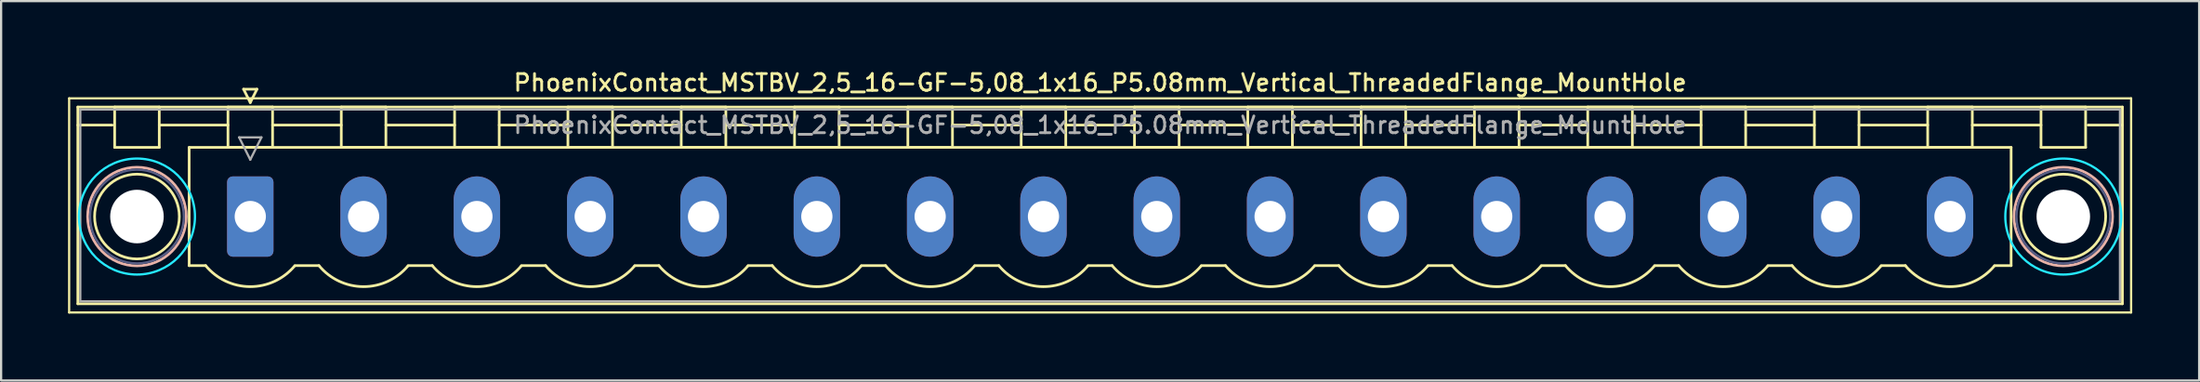
<source format=kicad_pcb>
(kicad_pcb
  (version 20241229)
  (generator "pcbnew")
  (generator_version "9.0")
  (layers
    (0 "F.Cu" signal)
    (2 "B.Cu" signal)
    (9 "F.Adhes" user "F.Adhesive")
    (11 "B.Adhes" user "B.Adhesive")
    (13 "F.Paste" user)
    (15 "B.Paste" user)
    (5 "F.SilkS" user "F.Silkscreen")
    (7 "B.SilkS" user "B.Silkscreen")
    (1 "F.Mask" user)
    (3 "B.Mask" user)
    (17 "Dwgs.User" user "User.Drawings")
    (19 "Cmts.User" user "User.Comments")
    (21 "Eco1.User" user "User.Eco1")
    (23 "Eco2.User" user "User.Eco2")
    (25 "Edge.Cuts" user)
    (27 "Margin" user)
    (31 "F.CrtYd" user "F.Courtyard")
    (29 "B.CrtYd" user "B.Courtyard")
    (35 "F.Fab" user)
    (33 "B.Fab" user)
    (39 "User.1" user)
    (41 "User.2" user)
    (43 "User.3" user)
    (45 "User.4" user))
  (footprint "PhoenixContact_MSTBV_2,5_16-GF-5,08_1x16_P5.08mm_Vertical_ThreadedFlange_MountHole"
    (layer "F.Cu")
    (at 8.17 6.658)
    (property "Reference" "PhoenixContact_MSTBV_2,5_16-GF-5,08_1x16_P5.08mm_Vertical_ThreadedFlange_MountHole" (at 38.1 -6 0) (layer "F.SilkS") (effects (font (size 0.75 0.75) (thickness 0.125))))
    (attr through_hole)
    (fp_line (start -8.12 -5.3) (end -8.12 4.3) (stroke (width 0.1) (type solid)) (layer "F.SilkS"))
    (fp_line (start -8.12 4.3) (end 84.32 4.3) (stroke (width 0.1) (type solid)) (layer "F.SilkS"))
    (fp_line (start -7.73 -4.91) (end -7.73 3.91) (stroke (width 0.12) (type solid)) (layer "F.SilkS"))
    (fp_line (start -7.73 -4.1) (end -6.19 -4.1) (stroke (width 0.12) (type solid)) (layer "F.SilkS"))
    (fp_line (start -7.73 3.91) (end 83.93 3.91) (stroke (width 0.12) (type solid)) (layer "F.SilkS"))
    (fp_line (start -6.08 -4.91) (end -4.08 -4.91) (stroke (width 0.12) (type solid)) (layer "F.SilkS"))
    (fp_line (start -6.08 -3.1) (end -6.08 -4.91) (stroke (width 0.12) (type solid)) (layer "F.SilkS"))
    (fp_line (start -4.08 -4.91) (end -4.08 -3.1) (stroke (width 0.12) (type solid)) (layer "F.SilkS"))
    (fp_line (start -4.08 -4.1) (end -1 -4.1) (stroke (width 0.12) (type solid)) (layer "F.SilkS"))
    (fp_line (start -4.08 -3.1) (end -6.08 -3.1) (stroke (width 0.12) (type solid)) (layer "F.SilkS"))
    (fp_line (start -2.74 -3.1) (end 78.94 -3.1) (stroke (width 0.12) (type solid)) (layer "F.SilkS"))
    (fp_line (start -2.74 2.2) (end -2.74 -3.1) (stroke (width 0.12) (type solid)) (layer "F.SilkS"))
    (fp_line (start -2 2.2) (end -2.74 2.2) (stroke (width 0.12) (type solid)) (layer "F.SilkS"))
    (fp_line (start -1 -4.91) (end 1 -4.91) (stroke (width 0.12) (type solid)) (layer "F.SilkS"))
    (fp_line (start -1 -3.1) (end -1 -4.91) (stroke (width 0.12) (type solid)) (layer "F.SilkS"))
    (fp_line (start -0.3 -5.71) (end 0.3 -5.71) (stroke (width 0.12) (type solid)) (layer "F.SilkS"))
    (fp_line (start 0 -5.11) (end -0.3 -5.71) (stroke (width 0.12) (type solid)) (layer "F.SilkS"))
    (fp_line (start 0.3 -5.71) (end 0 -5.11) (stroke (width 0.12) (type solid)) (layer "F.SilkS"))
    (fp_line (start 1 -4.91) (end 1 -3.1) (stroke (width 0.12) (type solid)) (layer "F.SilkS"))
    (fp_line (start 1 -4.1) (end 4.08 -4.1) (stroke (width 0.12) (type solid)) (layer "F.SilkS"))
    (fp_line (start 1 -3.1) (end -1 -3.1) (stroke (width 0.12) (type solid)) (layer "F.SilkS"))
    (fp_line (start 2 2.2) (end 3.08 2.2) (stroke (width 0.12) (type solid)) (layer "F.SilkS"))
    (fp_line (start 4.08 -4.91) (end 6.08 -4.91) (stroke (width 0.12) (type solid)) (layer "F.SilkS"))
    (fp_line (start 4.08 -3.1) (end 4.08 -4.91) (stroke (width 0.12) (type solid)) (layer "F.SilkS"))
    (fp_line (start 6.08 -4.91) (end 6.08 -3.1) (stroke (width 0.12) (type solid)) (layer "F.SilkS"))
    (fp_line (start 6.08 -4.1) (end 9.16 -4.1) (stroke (width 0.12) (type solid)) (layer "F.SilkS"))
    (fp_line (start 6.08 -3.1) (end 4.08 -3.1) (stroke (width 0.12) (type solid)) (layer "F.SilkS"))
    (fp_line (start 7.08 2.2) (end 8.16 2.2) (stroke (width 0.12) (type solid)) (layer "F.SilkS"))
    (fp_line (start 9.16 -4.91) (end 11.16 -4.91) (stroke (width 0.12) (type solid)) (layer "F.SilkS"))
    (fp_line (start 9.16 -3.1) (end 9.16 -4.91) (stroke (width 0.12) (type solid)) (layer "F.SilkS"))
    (fp_line (start 11.16 -4.91) (end 11.16 -3.1) (stroke (width 0.12) (type solid)) (layer "F.SilkS"))
    (fp_line (start 11.16 -4.1) (end 14.24 -4.1) (stroke (width 0.12) (type solid)) (layer "F.SilkS"))
    (fp_line (start 11.16 -3.1) (end 9.16 -3.1) (stroke (width 0.12) (type solid)) (layer "F.SilkS"))
    (fp_line (start 12.16 2.2) (end 13.24 2.2) (stroke (width 0.12) (type solid)) (layer "F.SilkS"))
    (fp_line (start 14.24 -4.91) (end 16.24 -4.91) (stroke (width 0.12) (type solid)) (layer "F.SilkS"))
    (fp_line (start 14.24 -3.1) (end 14.24 -4.91) (stroke (width 0.12) (type solid)) (layer "F.SilkS"))
    (fp_line (start 16.24 -4.91) (end 16.24 -3.1) (stroke (width 0.12) (type solid)) (layer "F.SilkS"))
    (fp_line (start 16.24 -4.1) (end 19.32 -4.1) (stroke (width 0.12) (type solid)) (layer "F.SilkS"))
    (fp_line (start 16.24 -3.1) (end 14.24 -3.1) (stroke (width 0.12) (type solid)) (layer "F.SilkS"))
    (fp_line (start 17.24 2.2) (end 18.32 2.2) (stroke (width 0.12) (type solid)) (layer "F.SilkS"))
    (fp_line (start 19.32 -4.91) (end 21.32 -4.91) (stroke (width 0.12) (type solid)) (layer "F.SilkS"))
    (fp_line (start 19.32 -3.1) (end 19.32 -4.91) (stroke (width 0.12) (type solid)) (layer "F.SilkS"))
    (fp_line (start 21.32 -4.91) (end 21.32 -3.1) (stroke (width 0.12) (type solid)) (layer "F.SilkS"))
    (fp_line (start 21.32 -4.1) (end 24.4 -4.1) (stroke (width 0.12) (type solid)) (layer "F.SilkS"))
    (fp_line (start 21.32 -3.1) (end 19.32 -3.1) (stroke (width 0.12) (type solid)) (layer "F.SilkS"))
    (fp_line (start 22.32 2.2) (end 23.4 2.2) (stroke (width 0.12) (type solid)) (layer "F.SilkS"))
    (fp_line (start 24.4 -4.91) (end 26.4 -4.91) (stroke (width 0.12) (type solid)) (layer "F.SilkS"))
    (fp_line (start 24.4 -3.1) (end 24.4 -4.91) (stroke (width 0.12) (type solid)) (layer "F.SilkS"))
    (fp_line (start 26.4 -4.91) (end 26.4 -3.1) (stroke (width 0.12) (type solid)) (layer "F.SilkS"))
    (fp_line (start 26.4 -4.1) (end 29.48 -4.1) (stroke (width 0.12) (type solid)) (layer "F.SilkS"))
    (fp_line (start 26.4 -3.1) (end 24.4 -3.1) (stroke (width 0.12) (type solid)) (layer "F.SilkS"))
    (fp_line (start 27.4 2.2) (end 28.48 2.2) (stroke (width 0.12) (type solid)) (layer "F.SilkS"))
    (fp_line (start 29.48 -4.91) (end 31.48 -4.91) (stroke (width 0.12) (type solid)) (layer "F.SilkS"))
    (fp_line (start 29.48 -3.1) (end 29.48 -4.91) (stroke (width 0.12) (type solid)) (layer "F.SilkS"))
    (fp_line (start 31.48 -4.91) (end 31.48 -3.1) (stroke (width 0.12) (type solid)) (layer "F.SilkS"))
    (fp_line (start 31.48 -4.1) (end 34.56 -4.1) (stroke (width 0.12) (type solid)) (layer "F.SilkS"))
    (fp_line (start 31.48 -3.1) (end 29.48 -3.1) (stroke (width 0.12) (type solid)) (layer "F.SilkS"))
    (fp_line (start 32.48 2.2) (end 33.56 2.2) (stroke (width 0.12) (type solid)) (layer "F.SilkS"))
    (fp_line (start 34.56 -4.91) (end 36.56 -4.91) (stroke (width 0.12) (type solid)) (layer "F.SilkS"))
    (fp_line (start 34.56 -3.1) (end 34.56 -4.91) (stroke (width 0.12) (type solid)) (layer "F.SilkS"))
    (fp_line (start 36.56 -4.91) (end 36.56 -3.1) (stroke (width 0.12) (type solid)) (layer "F.SilkS"))
    (fp_line (start 36.56 -4.1) (end 39.64 -4.1) (stroke (width 0.12) (type solid)) (layer "F.SilkS"))
    (fp_line (start 36.56 -3.1) (end 34.56 -3.1) (stroke (width 0.12) (type solid)) (layer "F.SilkS"))
    (fp_line (start 37.56 2.2) (end 38.64 2.2) (stroke (width 0.12) (type solid)) (layer "F.SilkS"))
    (fp_line (start 39.64 -4.91) (end 41.64 -4.91) (stroke (width 0.12) (type solid)) (layer "F.SilkS"))
    (fp_line (start 39.64 -3.1) (end 39.64 -4.91) (stroke (width 0.12) (type solid)) (layer "F.SilkS"))
    (fp_line (start 41.64 -4.91) (end 41.64 -3.1) (stroke (width 0.12) (type solid)) (layer "F.SilkS"))
    (fp_line (start 41.64 -4.1) (end 44.72 -4.1) (stroke (width 0.12) (type solid)) (layer "F.SilkS"))
    (fp_line (start 41.64 -3.1) (end 39.64 -3.1) (stroke (width 0.12) (type solid)) (layer "F.SilkS"))
    (fp_line (start 42.64 2.2) (end 43.72 2.2) (stroke (width 0.12) (type solid)) (layer "F.SilkS"))
    (fp_line (start 44.72 -4.91) (end 46.72 -4.91) (stroke (width 0.12) (type solid)) (layer "F.SilkS"))
    (fp_line (start 44.72 -3.1) (end 44.72 -4.91) (stroke (width 0.12) (type solid)) (layer "F.SilkS"))
    (fp_line (start 46.72 -4.91) (end 46.72 -3.1) (stroke (width 0.12) (type solid)) (layer "F.SilkS"))
    (fp_line (start 46.72 -4.1) (end 49.8 -4.1) (stroke (width 0.12) (type solid)) (layer "F.SilkS"))
    (fp_line (start 46.72 -3.1) (end 44.72 -3.1) (stroke (width 0.12) (type solid)) (layer "F.SilkS"))
    (fp_line (start 47.72 2.2) (end 48.8 2.2) (stroke (width 0.12) (type solid)) (layer "F.SilkS"))
    (fp_line (start 49.8 -4.91) (end 51.8 -4.91) (stroke (width 0.12) (type solid)) (layer "F.SilkS"))
    (fp_line (start 49.8 -3.1) (end 49.8 -4.91) (stroke (width 0.12) (type solid)) (layer "F.SilkS"))
    (fp_line (start 51.8 -4.91) (end 51.8 -3.1) (stroke (width 0.12) (type solid)) (layer "F.SilkS"))
    (fp_line (start 51.8 -4.1) (end 54.88 -4.1) (stroke (width 0.12) (type solid)) (layer "F.SilkS"))
    (fp_line (start 51.8 -3.1) (end 49.8 -3.1) (stroke (width 0.12) (type solid)) (layer "F.SilkS"))
    (fp_line (start 52.8 2.2) (end 53.88 2.2) (stroke (width 0.12) (type solid)) (layer "F.SilkS"))
    (fp_line (start 54.88 -4.91) (end 56.88 -4.91) (stroke (width 0.12) (type solid)) (layer "F.SilkS"))
    (fp_line (start 54.88 -3.1) (end 54.88 -4.91) (stroke (width 0.12) (type solid)) (layer "F.SilkS"))
    (fp_line (start 56.88 -4.91) (end 56.88 -3.1) (stroke (width 0.12) (type solid)) (layer "F.SilkS"))
    (fp_line (start 56.88 -4.1) (end 59.96 -4.1) (stroke (width 0.12) (type solid)) (layer "F.SilkS"))
    (fp_line (start 56.88 -3.1) (end 54.88 -3.1) (stroke (width 0.12) (type solid)) (layer "F.SilkS"))
    (fp_line (start 57.88 2.2) (end 58.96 2.2) (stroke (width 0.12) (type solid)) (layer "F.SilkS"))
    (fp_line (start 59.96 -4.91) (end 61.96 -4.91) (stroke (width 0.12) (type solid)) (layer "F.SilkS"))
    (fp_line (start 59.96 -3.1) (end 59.96 -4.91) (stroke (width 0.12) (type solid)) (layer "F.SilkS"))
    (fp_line (start 61.96 -4.91) (end 61.96 -3.1) (stroke (width 0.12) (type solid)) (layer "F.SilkS"))
    (fp_line (start 61.96 -4.1) (end 65.04 -4.1) (stroke (width 0.12) (type solid)) (layer "F.SilkS"))
    (fp_line (start 61.96 -3.1) (end 59.96 -3.1) (stroke (width 0.12) (type solid)) (layer "F.SilkS"))
    (fp_line (start 62.96 2.2) (end 64.04 2.2) (stroke (width 0.12) (type solid)) (layer "F.SilkS"))
    (fp_line (start 65.04 -4.91) (end 67.04 -4.91) (stroke (width 0.12) (type solid)) (layer "F.SilkS"))
    (fp_line (start 65.04 -3.1) (end 65.04 -4.91) (stroke (width 0.12) (type solid)) (layer "F.SilkS"))
    (fp_line (start 67.04 -4.91) (end 67.04 -3.1) (stroke (width 0.12) (type solid)) (layer "F.SilkS"))
    (fp_line (start 67.04 -4.1) (end 70.12 -4.1) (stroke (width 0.12) (type solid)) (layer "F.SilkS"))
    (fp_line (start 67.04 -3.1) (end 65.04 -3.1) (stroke (width 0.12) (type solid)) (layer "F.SilkS"))
    (fp_line (start 68.04 2.2) (end 69.12 2.2) (stroke (width 0.12) (type solid)) (layer "F.SilkS"))
    (fp_line (start 70.12 -4.91) (end 72.12 -4.91) (stroke (width 0.12) (type solid)) (layer "F.SilkS"))
    (fp_line (start 70.12 -3.1) (end 70.12 -4.91) (stroke (width 0.12) (type solid)) (layer "F.SilkS"))
    (fp_line (start 72.12 -4.91) (end 72.12 -3.1) (stroke (width 0.12) (type solid)) (layer "F.SilkS"))
    (fp_line (start 72.12 -4.1) (end 75.2 -4.1) (stroke (width 0.12) (type solid)) (layer "F.SilkS"))
    (fp_line (start 72.12 -3.1) (end 70.12 -3.1) (stroke (width 0.12) (type solid)) (layer "F.SilkS"))
    (fp_line (start 73.12 2.2) (end 74.2 2.2) (stroke (width 0.12) (type solid)) (layer "F.SilkS"))
    (fp_line (start 75.2 -4.91) (end 77.2 -4.91) (stroke (width 0.12) (type solid)) (layer "F.SilkS"))
    (fp_line (start 75.2 -3.1) (end 75.2 -4.91) (stroke (width 0.12) (type solid)) (layer "F.SilkS"))
    (fp_line (start 77.2 -4.91) (end 77.2 -3.1) (stroke (width 0.12) (type solid)) (layer "F.SilkS"))
    (fp_line (start 77.2 -4.1) (end 80.28 -4.1) (stroke (width 0.12) (type solid)) (layer "F.SilkS"))
    (fp_line (start 77.2 -3.1) (end 75.2 -3.1) (stroke (width 0.12) (type solid)) (layer "F.SilkS"))
    (fp_line (start 78.94 -3.1) (end 78.94 2.2) (stroke (width 0.12) (type solid)) (layer "F.SilkS"))
    (fp_line (start 78.94 2.2) (end 78.2 2.2) (stroke (width 0.12) (type solid)) (layer "F.SilkS"))
    (fp_line (start 80.28 -4.91) (end 82.28 -4.91) (stroke (width 0.12) (type solid)) (layer "F.SilkS"))
    (fp_line (start 80.28 -3.1) (end 80.28 -4.91) (stroke (width 0.12) (type solid)) (layer "F.SilkS"))
    (fp_line (start 82.28 -4.91) (end 82.28 -3.1) (stroke (width 0.12) (type solid)) (layer "F.SilkS"))
    (fp_line (start 82.28 -3.1) (end 80.28 -3.1) (stroke (width 0.12) (type solid)) (layer "F.SilkS"))
    (fp_line (start 83.93 -4.91) (end -7.73 -4.91) (stroke (width 0.12) (type solid)) (layer "F.SilkS"))
    (fp_line (start 83.93 -4.1) (end 82.39 -4.1) (stroke (width 0.12) (type solid)) (layer "F.SilkS"))
    (fp_line (start 83.93 3.91) (end 83.93 -4.91) (stroke (width 0.12) (type solid)) (layer "F.SilkS"))
    (fp_line (start 84.32 -5.3) (end -8.12 -5.3) (stroke (width 0.1) (type solid)) (layer "F.SilkS"))
    (fp_line (start 84.32 4.3) (end 84.32 -5.3) (stroke (width 0.1) (type solid)) (layer "F.SilkS"))
    (fp_arc (start 1.986842 2.215821) (mid -0.010289 3.142758) (end -2 2.2) (stroke (width 0.12) (type solid)) (layer "F.SilkS"))
    (fp_arc (start 7.066842 2.215821) (mid 5.069711 3.142758) (end 3.08 2.2) (stroke (width 0.12) (type solid)) (layer "F.SilkS"))
    (fp_arc (start 12.146842 2.215821) (mid 10.149711 3.142758) (end 8.16 2.2) (stroke (width 0.12) (type solid)) (layer "F.SilkS"))
    (fp_arc (start 17.226842 2.215821) (mid 15.229711 3.142758) (end 13.24 2.2) (stroke (width 0.12) (type solid)) (layer "F.SilkS"))
    (fp_arc (start 22.306842 2.215821) (mid 20.309711 3.142758) (end 18.32 2.2) (stroke (width 0.12) (type solid)) (layer "F.SilkS"))
    (fp_arc (start 27.386842 2.215821) (mid 25.389711 3.142758) (end 23.4 2.2) (stroke (width 0.12) (type solid)) (layer "F.SilkS"))
    (fp_arc (start 32.466842 2.215821) (mid 30.469711 3.142758) (end 28.48 2.2) (stroke (width 0.12) (type solid)) (layer "F.SilkS"))
    (fp_arc (start 37.546842 2.215821) (mid 35.549711 3.142758) (end 33.56 2.2) (stroke (width 0.12) (type solid)) (layer "F.SilkS"))
    (fp_arc (start 42.626842 2.215821) (mid 40.629711 3.142758) (end 38.64 2.2) (stroke (width 0.12) (type solid)) (layer "F.SilkS"))
    (fp_arc (start 47.706842 2.215821) (mid 45.709711 3.142758) (end 43.72 2.2) (stroke (width 0.12) (type solid)) (layer "F.SilkS"))
    (fp_arc (start 52.786842 2.215821) (mid 50.789711 3.142758) (end 48.8 2.2) (stroke (width 0.12) (type solid)) (layer "F.SilkS"))
    (fp_arc (start 57.866842 2.215821) (mid 55.869711 3.142758) (end 53.88 2.2) (stroke (width 0.12) (type solid)) (layer "F.SilkS"))
    (fp_arc (start 62.946842 2.215821) (mid 60.949711 3.142758) (end 58.96 2.2) (stroke (width 0.12) (type solid)) (layer "F.SilkS"))
    (fp_arc (start 68.026842 2.215821) (mid 66.029711 3.142758) (end 64.04 2.2) (stroke (width 0.12) (type solid)) (layer "F.SilkS"))
    (fp_arc (start 73.106842 2.215821) (mid 71.109711 3.142758) (end 69.12 2.2) (stroke (width 0.12) (type solid)) (layer "F.SilkS"))
    (fp_arc (start 78.186842 2.215821) (mid 76.189711 3.142758) (end 74.2 2.2) (stroke (width 0.12) (type solid)) (layer "F.SilkS"))
    (fp_circle (center -5.08 0) (end -3.18 0) (stroke (width 0.12) (type solid)) (fill no) (layer "F.SilkS"))
    (fp_circle (center 81.28 0) (end 83.18 0) (stroke (width 0.12) (type solid)) (fill no) (layer "F.SilkS"))
    (fp_circle (center -5.08 0) (end -2.87 0) (stroke (width 0.12) (type solid)) (fill no) (layer "B.SilkS"))
    (fp_circle (center 81.28 0) (end 83.49 0) (stroke (width 0.12) (type solid)) (fill no) (layer "B.SilkS"))
    (fp_circle (center -5.08 0) (end -2.48 0) (stroke (width 0.1) (type solid)) (fill no) (layer "B.CrtYd"))
    (fp_circle (center 81.28 0) (end 83.88 0) (stroke (width 0.1) (type solid)) (fill no) (layer "B.CrtYd"))
    (fp_circle (center -5.08 0) (end -2.98 0) (stroke (width 0.1) (type solid)) (fill no) (layer "B.Fab"))
    (fp_circle (center 81.28 0) (end 83.38 0) (stroke (width 0.1) (type solid)) (fill no) (layer "B.Fab"))
    (fp_line (start -7.62 -4.8) (end -7.62 3.8) (stroke (width 0.1) (type solid)) (layer "F.Fab"))
    (fp_line (start -7.62 3.8) (end 83.82 3.8) (stroke (width 0.1) (type solid)) (layer "F.Fab"))
    (fp_line (start -0.5 -3.55) (end 0.5 -3.55) (stroke (width 0.1) (type solid)) (layer "F.Fab"))
    (fp_line (start 0 -2.55) (end -0.5 -3.55) (stroke (width 0.1) (type solid)) (layer "F.Fab"))
    (fp_line (start 0.5 -3.55) (end 0 -2.55) (stroke (width 0.1) (type solid)) (layer "F.Fab"))
    (fp_line (start 83.82 -4.8) (end -7.62 -4.8) (stroke (width 0.1) (type solid)) (layer "F.Fab"))
    (fp_line (start 83.82 3.8) (end 83.82 -4.8) (stroke (width 0.1) (type solid)) (layer "F.Fab"))
    (fp_text user "${REFERENCE}" (at 38.1 -4.1 0) (layer "F.Fab") (effects (font (size 0.75 0.75) (thickness 0.125))))
    (pad "" np_thru_hole circle (at -5.08 0) (size 2.4 2.4) (drill 2.4) (layers "*.Cu" "*.Mask"))
    (pad "" np_thru_hole circle (at 81.28 0) (size 2.4 2.4) (drill 2.4) (layers "*.Cu" "*.Mask"))
    (pad "1" thru_hole roundrect (at 0 0) (size 2.08 3.6) (drill 1.4) (layers "*.Cu" "*.Mask") (roundrect_rratio 0.12))
    (pad "2" thru_hole oval (at 5.08 0) (size 2.08 3.6) (drill 1.4) (layers "*.Cu" "*.Mask"))
    (pad "3" thru_hole oval (at 10.16 0) (size 2.08 3.6) (drill 1.4) (layers "*.Cu" "*.Mask"))
    (pad "4" thru_hole oval (at 15.24 0) (size 2.08 3.6) (drill 1.4) (layers "*.Cu" "*.Mask"))
    (pad "5" thru_hole oval (at 20.32 0) (size 2.08 3.6) (drill 1.4) (layers "*.Cu" "*.Mask"))
    (pad "6" thru_hole oval (at 25.4 0) (size 2.08 3.6) (drill 1.4) (layers "*.Cu" "*.Mask"))
    (pad "7" thru_hole oval (at 30.48 0) (size 2.08 3.6) (drill 1.4) (layers "*.Cu" "*.Mask"))
    (pad "8" thru_hole oval (at 35.56 0) (size 2.08 3.6) (drill 1.4) (layers "*.Cu" "*.Mask"))
    (pad "9" thru_hole oval (at 40.64 0) (size 2.08 3.6) (drill 1.4) (layers "*.Cu" "*.Mask"))
    (pad "10" thru_hole oval (at 45.72 0) (size 2.08 3.6) (drill 1.4) (layers "*.Cu" "*.Mask"))
    (pad "11" thru_hole oval (at 50.8 0) (size 2.08 3.6) (drill 1.4) (layers "*.Cu" "*.Mask"))
    (pad "12" thru_hole oval (at 55.88 0) (size 2.08 3.6) (drill 1.4) (layers "*.Cu" "*.Mask"))
    (pad "13" thru_hole oval (at 60.96 0) (size 2.08 3.6) (drill 1.4) (layers "*.Cu" "*.Mask"))
    (pad "14" thru_hole oval (at 66.04 0) (size 2.08 3.6) (drill 1.4) (layers "*.Cu" "*.Mask"))
    (pad "15" thru_hole oval (at 71.12 0) (size 2.08 3.6) (drill 1.4) (layers "*.Cu" "*.Mask"))
    (pad "16" thru_hole oval (at 76.2 0) (size 2.08 3.6) (drill 1.4) (layers "*.Cu" "*.Mask")))
  (gr_rect
    (start -3 -3)
    (end 95.54 14.008)
    (stroke (width 0.1) (type default))
    (fill no)
    (layer "Edge.Cuts")))
</source>
